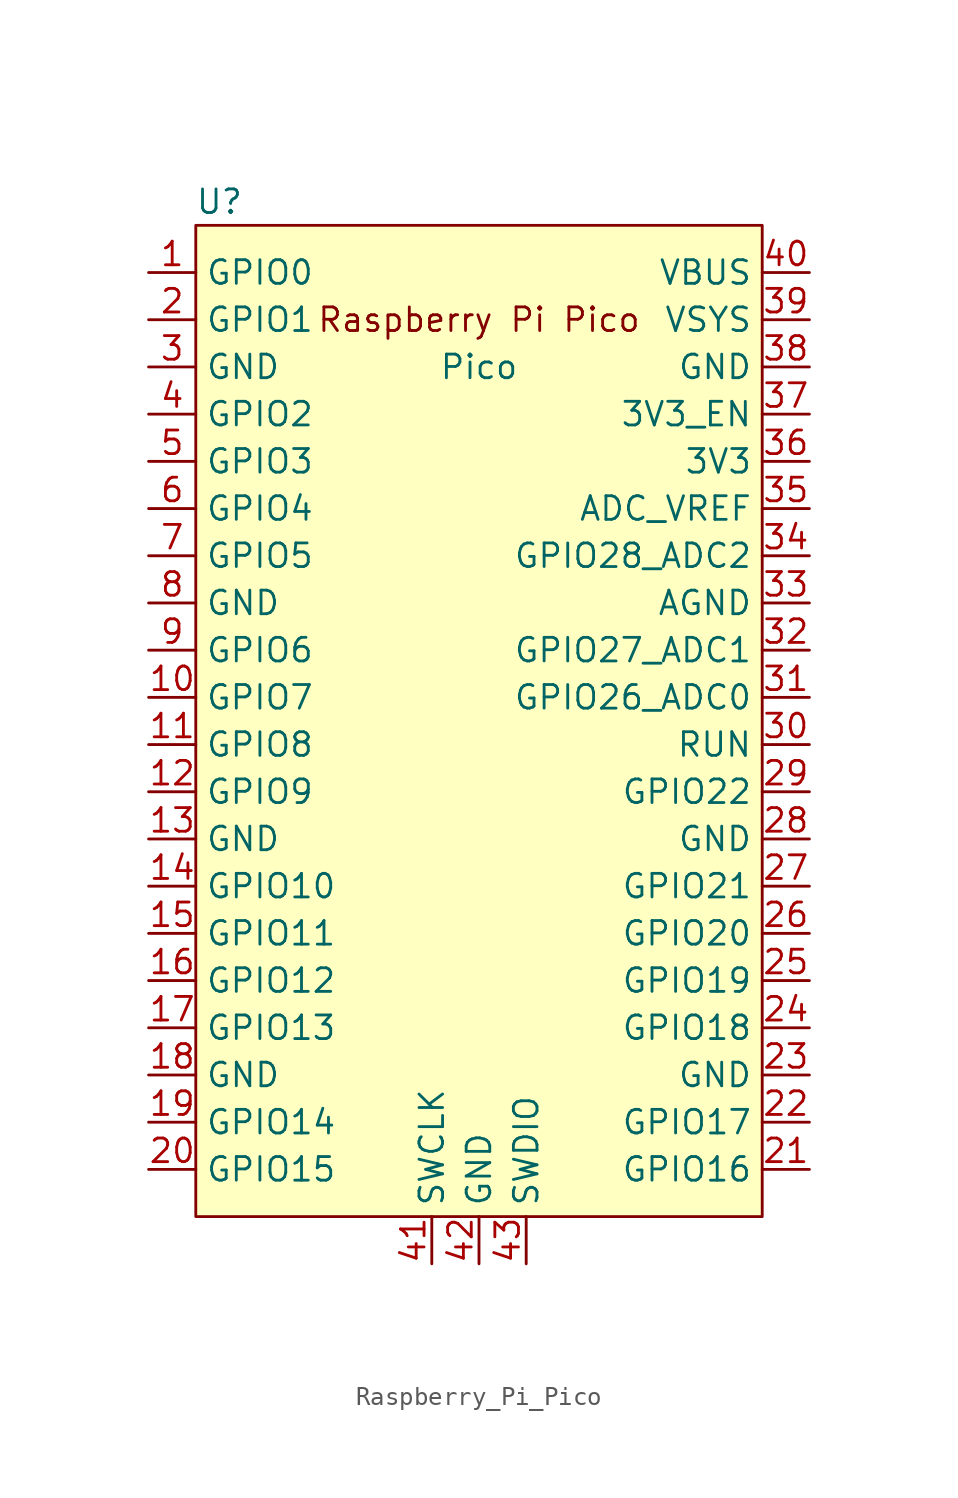
<source format=kicad_sym>
(kicad_symbol_lib
  (version 20220914)
  (generator kicad_symbol_editor)
  (symbol "Raspberry_Pi_Pico"
    (property "Reference" "U"
      (at -13.97 27.94 0)
      (effects (font (size 1.27 1.27))))
    (property "Value" "Pico"
      (at 0 19.05 0)
      (effects (font (size 1.27 1.27))))
    (symbol "Raspberry_Pi_Pico_0_0"
      (text "Raspberry Pi Pico" (at 0 21.59 0) (effects (font (size 1.27 1.27)))))
    (symbol "Raspberry_Pi_Pico_0_1"
      (rectangle (start -15.24 26.67) (end 15.24 -26.67) (stroke (width 0) (type default)) (fill (type background))))
    (symbol "Raspberry_Pi_Pico_1_1"
      (pin bidirectional line (at -17.78 24.13 0) (length 2.54) (name "GPIO0" (effects (font (size 1.27 1.27)))) (number "1" (effects (font (size 1.27 1.27)))))
      (pin bidirectional line (at -17.78 1.27 0) (length 2.54) (name "GPIO7" (effects (font (size 1.27 1.27)))) (number "10" (effects (font (size 1.27 1.27)))))
      (pin bidirectional line (at -17.78 -1.27 0) (length 2.54) (name "GPIO8" (effects (font (size 1.27 1.27)))) (number "11" (effects (font (size 1.27 1.27)))))
      (pin bidirectional line (at -17.78 -3.81 0) (length 2.54) (name "GPIO9" (effects (font (size 1.27 1.27)))) (number "12" (effects (font (size 1.27 1.27)))))
      (pin power_in line (at -17.78 -6.35 0) (length 2.54) (name "GND" (effects (font (size 1.27 1.27)))) (number "13" (effects (font (size 1.27 1.27)))))
      (pin bidirectional line (at -17.78 -8.89 0) (length 2.54) (name "GPIO10" (effects (font (size 1.27 1.27)))) (number "14" (effects (font (size 1.27 1.27)))))
      (pin bidirectional line (at -17.78 -11.43 0) (length 2.54) (name "GPIO11" (effects (font (size 1.27 1.27)))) (number "15" (effects (font (size 1.27 1.27)))))
      (pin bidirectional line (at -17.78 -13.97 0) (length 2.54) (name "GPIO12" (effects (font (size 1.27 1.27)))) (number "16" (effects (font (size 1.27 1.27)))))
      (pin bidirectional line (at -17.78 -16.51 0) (length 2.54) (name "GPIO13" (effects (font (size 1.27 1.27)))) (number "17" (effects (font (size 1.27 1.27)))))
      (pin power_in line (at -17.78 -19.05 0) (length 2.54) (name "GND" (effects (font (size 1.27 1.27)))) (number "18" (effects (font (size 1.27 1.27)))))
      (pin bidirectional line (at -17.78 -21.59 0) (length 2.54) (name "GPIO14" (effects (font (size 1.27 1.27)))) (number "19" (effects (font (size 1.27 1.27)))))
      (pin bidirectional line (at -17.78 21.59 0) (length 2.54) (name "GPIO1" (effects (font (size 1.27 1.27)))) (number "2" (effects (font (size 1.27 1.27)))))
      (pin bidirectional line (at -17.78 -24.13 0) (length 2.54) (name "GPIO15" (effects (font (size 1.27 1.27)))) (number "20" (effects (font (size 1.27 1.27)))))
      (pin bidirectional line (at 17.78 -24.13 180) (length 2.54) (name "GPIO16" (effects (font (size 1.27 1.27)))) (number "21" (effects (font (size 1.27 1.27)))))
      (pin bidirectional line (at 17.78 -21.59 180) (length 2.54) (name "GPIO17" (effects (font (size 1.27 1.27)))) (number "22" (effects (font (size 1.27 1.27)))))
      (pin power_in line (at 17.78 -19.05 180) (length 2.54) (name "GND" (effects (font (size 1.27 1.27)))) (number "23" (effects (font (size 1.27 1.27)))))
      (pin bidirectional line (at 17.78 -16.51 180) (length 2.54) (name "GPIO18" (effects (font (size 1.27 1.27)))) (number "24" (effects (font (size 1.27 1.27)))))
      (pin bidirectional line (at 17.78 -13.97 180) (length 2.54) (name "GPIO19" (effects (font (size 1.27 1.27)))) (number "25" (effects (font (size 1.27 1.27)))))
      (pin bidirectional line (at 17.78 -11.43 180) (length 2.54) (name "GPIO20" (effects (font (size 1.27 1.27)))) (number "26" (effects (font (size 1.27 1.27)))))
      (pin bidirectional line (at 17.78 -8.89 180) (length 2.54) (name "GPIO21" (effects (font (size 1.27 1.27)))) (number "27" (effects (font (size 1.27 1.27)))))
      (pin power_in line (at 17.78 -6.35 180) (length 2.54) (name "GND" (effects (font (size 1.27 1.27)))) (number "28" (effects (font (size 1.27 1.27)))))
      (pin bidirectional line (at 17.78 -3.81 180) (length 2.54) (name "GPIO22" (effects (font (size 1.27 1.27)))) (number "29" (effects (font (size 1.27 1.27)))))
      (pin power_in line (at -17.78 19.05 0) (length 2.54) (name "GND" (effects (font (size 1.27 1.27)))) (number "3" (effects (font (size 1.27 1.27)))))
      (pin input line (at 17.78 -1.27 180) (length 2.54) (name "RUN" (effects (font (size 1.27 1.27)))) (number "30" (effects (font (size 1.27 1.27)))))
      (pin bidirectional line (at 17.78 1.27 180) (length 2.54) (name "GPIO26_ADC0" (effects (font (size 1.27 1.27)))) (number "31" (effects (font (size 1.27 1.27)))))
      (pin bidirectional line (at 17.78 3.81 180) (length 2.54) (name "GPIO27_ADC1" (effects (font (size 1.27 1.27)))) (number "32" (effects (font (size 1.27 1.27)))))
      (pin power_in line (at 17.78 6.35 180) (length 2.54) (name "AGND" (effects (font (size 1.27 1.27)))) (number "33" (effects (font (size 1.27 1.27)))))
      (pin bidirectional line (at 17.78 8.89 180) (length 2.54) (name "GPIO28_ADC2" (effects (font (size 1.27 1.27)))) (number "34" (effects (font (size 1.27 1.27)))))
      (pin power_in line (at 17.78 11.43 180) (length 2.54) (name "ADC_VREF" (effects (font (size 1.27 1.27)))) (number "35" (effects (font (size 1.27 1.27)))))
      (pin power_in line (at 17.78 13.97 180) (length 2.54) (name "3V3" (effects (font (size 1.27 1.27)))) (number "36" (effects (font (size 1.27 1.27)))))
      (pin input line (at 17.78 16.51 180) (length 2.54) (name "3V3_EN" (effects (font (size 1.27 1.27)))) (number "37" (effects (font (size 1.27 1.27)))))
      (pin bidirectional line (at 17.78 19.05 180) (length 2.54) (name "GND" (effects (font (size 1.27 1.27)))) (number "38" (effects (font (size 1.27 1.27)))))
      (pin power_in line (at 17.78 21.59 180) (length 2.54) (name "VSYS" (effects (font (size 1.27 1.27)))) (number "39" (effects (font (size 1.27 1.27)))))
      (pin bidirectional line (at -17.78 16.51 0) (length 2.54) (name "GPIO2" (effects (font (size 1.27 1.27)))) (number "4" (effects (font (size 1.27 1.27)))))
      (pin power_in line (at 17.78 24.13 180) (length 2.54) (name "VBUS" (effects (font (size 1.27 1.27)))) (number "40" (effects (font (size 1.27 1.27)))))
      (pin input line (at -2.54 -29.21 90) (length 2.54) (name "SWCLK" (effects (font (size 1.27 1.27)))) (number "41" (effects (font (size 1.27 1.27)))))
      (pin power_in line (at 0 -29.21 90) (length 2.54) (name "GND" (effects (font (size 1.27 1.27)))) (number "42" (effects (font (size 1.27 1.27)))))
      (pin bidirectional line (at 2.54 -29.21 90) (length 2.54) (name "SWDIO" (effects (font (size 1.27 1.27)))) (number "43" (effects (font (size 1.27 1.27)))))
      (pin bidirectional line (at -17.78 13.97 0) (length 2.54) (name "GPIO3" (effects (font (size 1.27 1.27)))) (number "5" (effects (font (size 1.27 1.27)))))
      (pin bidirectional line (at -17.78 11.43 0) (length 2.54) (name "GPIO4" (effects (font (size 1.27 1.27)))) (number "6" (effects (font (size 1.27 1.27)))))
      (pin bidirectional line (at -17.78 8.89 0) (length 2.54) (name "GPIO5" (effects (font (size 1.27 1.27)))) (number "7" (effects (font (size 1.27 1.27)))))
      (pin power_in line (at -17.78 6.35 0) (length 2.54) (name "GND" (effects (font (size 1.27 1.27)))) (number "8" (effects (font (size 1.27 1.27)))))
      (pin bidirectional line (at -17.78 3.81 0) (length 2.54) (name "GPIO6" (effects (font (size 1.27 1.27)))) (number "9" (effects (font (size 1.27 1.27))))))))
</source>
